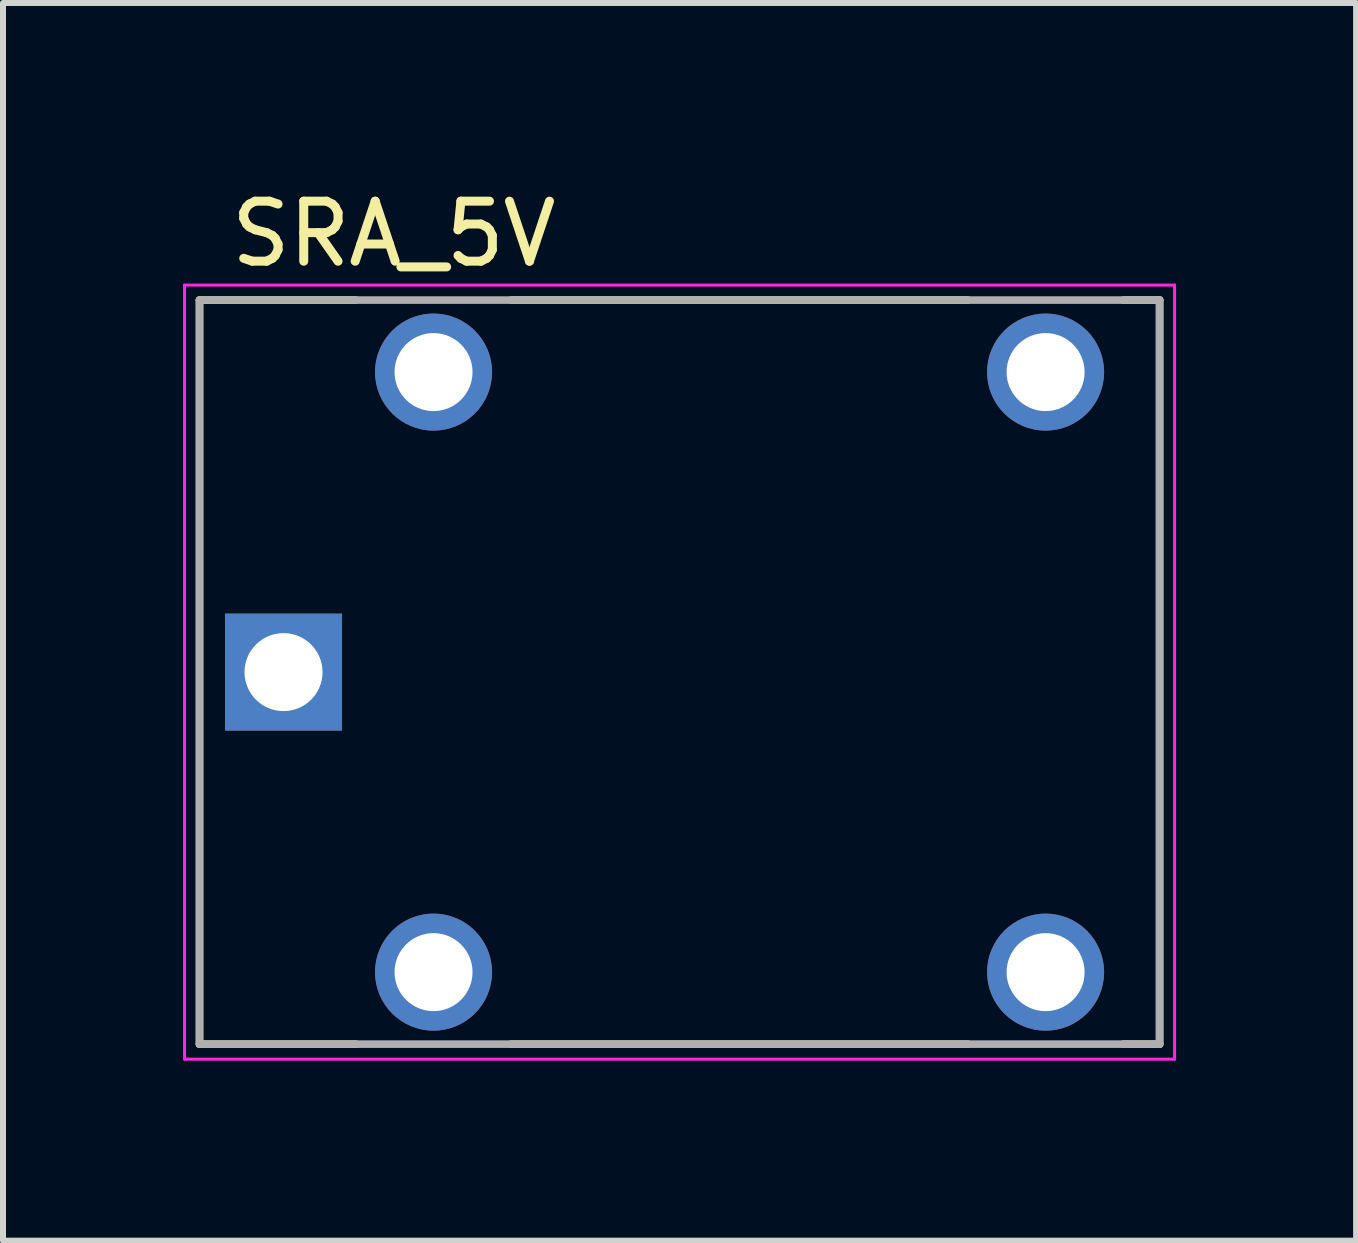
<source format=kicad_pcb>
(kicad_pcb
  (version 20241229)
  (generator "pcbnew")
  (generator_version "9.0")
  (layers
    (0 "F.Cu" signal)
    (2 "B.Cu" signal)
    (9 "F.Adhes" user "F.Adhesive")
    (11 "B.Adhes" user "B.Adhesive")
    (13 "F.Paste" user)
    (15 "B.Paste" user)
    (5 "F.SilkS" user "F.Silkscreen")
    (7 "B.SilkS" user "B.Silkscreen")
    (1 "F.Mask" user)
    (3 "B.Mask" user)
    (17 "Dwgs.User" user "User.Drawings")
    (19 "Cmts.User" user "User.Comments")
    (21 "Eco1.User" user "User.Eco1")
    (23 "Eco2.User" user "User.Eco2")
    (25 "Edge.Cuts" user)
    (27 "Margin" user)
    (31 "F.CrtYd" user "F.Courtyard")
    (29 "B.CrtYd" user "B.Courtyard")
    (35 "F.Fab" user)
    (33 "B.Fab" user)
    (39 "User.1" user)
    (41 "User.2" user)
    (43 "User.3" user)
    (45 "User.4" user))
  (footprint "SRA_5V"
    (layer "F.Cu")
    (at 8.275 8.151)
    (property "Reference" "SRA_5V" (at -4.763 -7.303 0) (layer "F.SilkS") (effects (font (size 1 1) (thickness 0.15))))
    (attr through_hole)
    (fp_line (start -8 -6.2) (end -5.395 -6.2) (stroke (width 0.127) (type solid)) (layer "F.SilkS"))
    (fp_line (start -8 6.2) (end -8 -6.2) (stroke (width 0.127) (type solid)) (layer "F.SilkS"))
    (fp_line (start -5.395 6.2) (end -8 6.2) (stroke (width 0.127) (type solid)) (layer "F.SilkS"))
    (fp_line (start -2.805 -6.2) (end 4.805 -6.2) (stroke (width 0.127) (type solid)) (layer "F.SilkS"))
    (fp_line (start -2.805 6.2) (end 4.805 6.2) (stroke (width 0.127) (type solid)) (layer "F.SilkS"))
    (fp_line (start 7.395 -6.2) (end 8 -6.2) (stroke (width 0.127) (type solid)) (layer "F.SilkS"))
    (fp_line (start 8 -6.2) (end 8 6.2) (stroke (width 0.127) (type solid)) (layer "F.SilkS"))
    (fp_line (start 8 6.2) (end 7.395 6.2) (stroke (width 0.127) (type solid)) (layer "F.SilkS"))
    (fp_line (start -8.25 -6.45) (end -8.25 6.45) (stroke (width 0.05) (type solid)) (layer "F.CrtYd"))
    (fp_line (start -8.25 6.45) (end 8.25 6.45) (stroke (width 0.05) (type solid)) (layer "F.CrtYd"))
    (fp_line (start 8.25 -6.45) (end -8.25 -6.45) (stroke (width 0.05) (type solid)) (layer "F.CrtYd"))
    (fp_line (start 8.25 6.45) (end 8.25 -6.45) (stroke (width 0.05) (type solid)) (layer "F.CrtYd"))
    (fp_line (start -8 -6.2) (end 8 -6.2) (stroke (width 0.127) (type solid)) (layer "F.Fab"))
    (fp_line (start -8 6.2) (end -8 -6.2) (stroke (width 0.127) (type solid)) (layer "F.Fab"))
    (fp_line (start 8 -6.2) (end 8 6.2) (stroke (width 0.127) (type solid)) (layer "F.Fab"))
    (fp_line (start 8 6.2) (end -8 6.2) (stroke (width 0.127) (type solid)) (layer "F.Fab"))
    (pad "COIL1" thru_hole circle (at -4.1 -5) (size 1.95 1.95) (drill 1.3) (layers "*.Cu" "*.Mask"))
    (pad "COIL2" thru_hole circle (at -4.1 5) (size 1.95 1.95) (drill 1.3) (layers "*.Cu" "*.Mask"))
    (pad "COM" thru_hole rect (at -6.6 0) (size 1.95 1.95) (drill 1.3) (layers "*.Cu" "*.Mask"))
    (pad "NC" thru_hole circle (at 6.1 -5) (size 1.95 1.95) (drill 1.3) (layers "*.Cu" "*.Mask"))
    (pad "NO" thru_hole circle (at 6.1 5) (size 1.95 1.95) (drill 1.3) (layers "*.Cu" "*.Mask")))
  (gr_rect
    (start -3 -3)
    (end 19.55 17.626)
    (stroke (width 0.1) (type default))
    (fill no)
    (layer "Edge.Cuts")))
</source>
